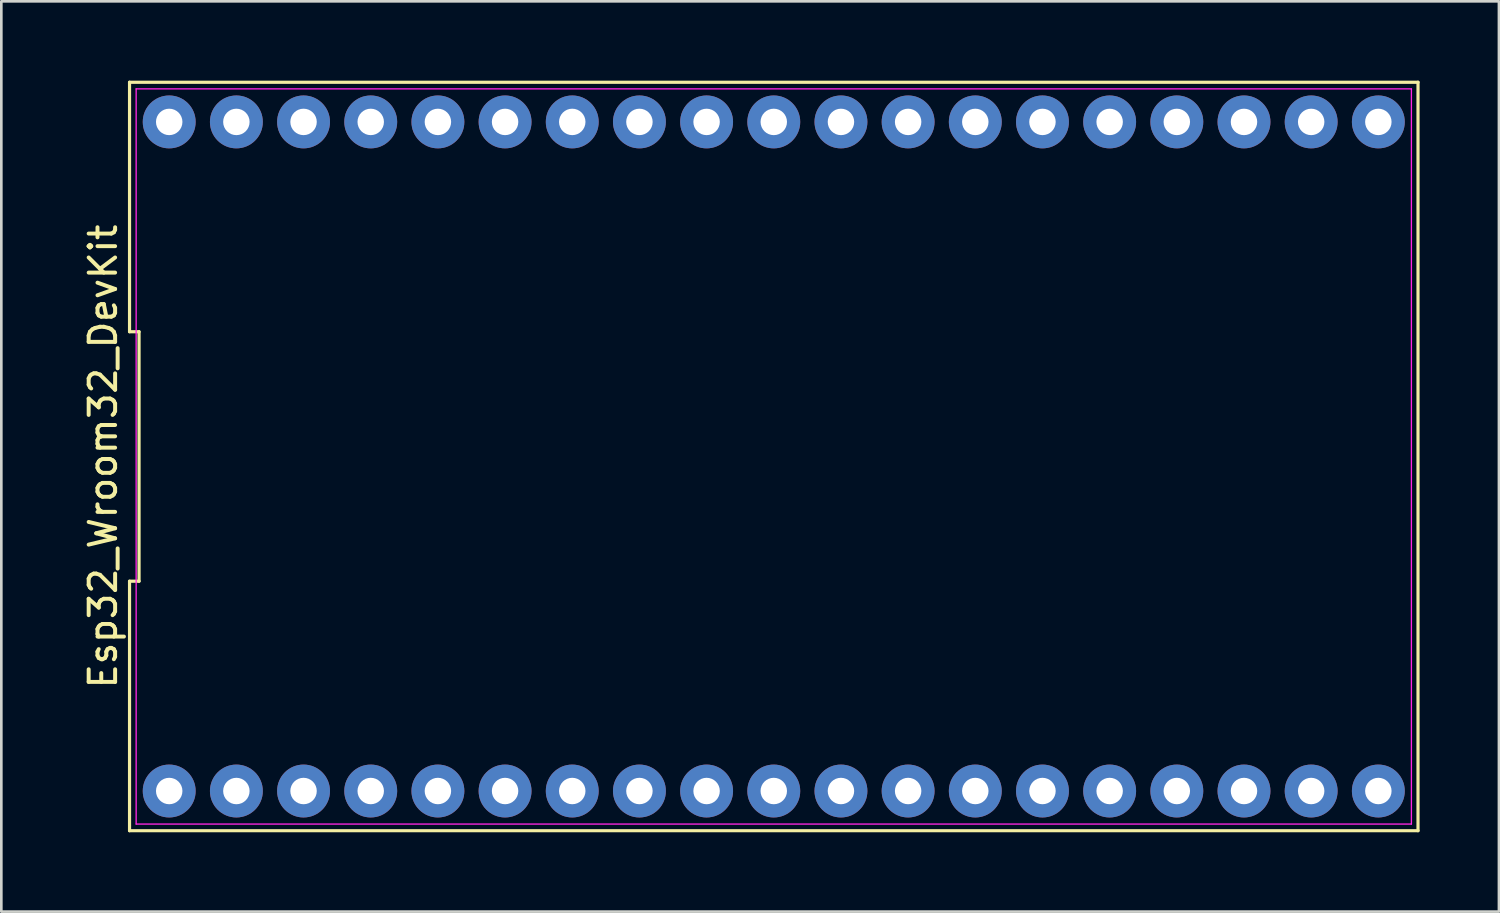
<source format=kicad_pcb>
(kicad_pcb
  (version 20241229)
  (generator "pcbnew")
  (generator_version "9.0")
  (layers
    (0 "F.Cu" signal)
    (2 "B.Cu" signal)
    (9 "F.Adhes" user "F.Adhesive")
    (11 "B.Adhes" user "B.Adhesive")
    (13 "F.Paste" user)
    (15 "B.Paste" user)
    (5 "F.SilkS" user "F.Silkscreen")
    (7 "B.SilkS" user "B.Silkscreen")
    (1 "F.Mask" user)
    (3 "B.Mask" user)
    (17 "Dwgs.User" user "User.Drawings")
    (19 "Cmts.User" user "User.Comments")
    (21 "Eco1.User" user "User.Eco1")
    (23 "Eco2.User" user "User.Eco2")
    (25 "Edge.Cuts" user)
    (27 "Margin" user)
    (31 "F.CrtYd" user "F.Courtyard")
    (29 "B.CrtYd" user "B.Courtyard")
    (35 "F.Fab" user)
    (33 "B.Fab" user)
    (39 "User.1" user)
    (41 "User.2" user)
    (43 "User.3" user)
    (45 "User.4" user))
  (footprint "Esp32_Wroom32_DevKit"
    (layer "F.Cu")
    (at 26.208 14.21)
    (property "Reference" "Esp32_Wroom32_DevKit" (at -25.36 0 90) (layer "F.SilkS") (effects (font (size 1 1) (thickness 0.15))))
    (attr through_hole)
    (fp_line (start -24.36 -14.15) (end -24.36 -4.717) (stroke (width 0.12) (type default)) (layer "F.SilkS"))
    (fp_line (start -24.36 -4.717) (end -24 -4.717) (stroke (width 0.12) (type default)) (layer "F.SilkS"))
    (fp_line (start -24.36 4.717) (end -24.36 14.15) (stroke (width 0.12) (type default)) (layer "F.SilkS"))
    (fp_line (start -24.36 14.15) (end 24.36 14.15) (stroke (width 0.12) (type default)) (layer "F.SilkS"))
    (fp_line (start -24 -4.717) (end -24 4.717) (stroke (width 0.12) (type default)) (layer "F.SilkS"))
    (fp_line (start -24 4.717) (end -24.36 4.717) (stroke (width 0.12) (type default)) (layer "F.SilkS"))
    (fp_line (start 24.36 -14.15) (end -24.36 -14.15) (stroke (width 0.12) (type default)) (layer "F.SilkS"))
    (fp_line (start 24.36 14.15) (end 24.36 -14.15) (stroke (width 0.12) (type default)) (layer "F.SilkS"))
    (fp_line (start -24.11 -13.9) (end 24.11 -13.9) (stroke (width 0.05) (type default)) (layer "F.CrtYd"))
    (fp_line (start -24.11 13.9) (end -24.11 -13.9) (stroke (width 0.05) (type default)) (layer "F.CrtYd"))
    (fp_line (start 24.11 -13.9) (end 24.11 13.9) (stroke (width 0.05) (type default)) (layer "F.CrtYd"))
    (fp_line (start 24.11 13.9) (end -24.11 13.9) (stroke (width 0.05) (type default)) (layer "F.CrtYd"))
    (pad "1" thru_hole circle (at -22.86 12.65) (size 2 2) (drill 1) (layers "*.Cu" "*.Mask"))
    (pad "2" thru_hole circle (at -20.32 12.65) (size 2 2) (drill 1) (layers "*.Cu" "*.Mask"))
    (pad "3" thru_hole circle (at -17.78 12.65) (size 2 2) (drill 1) (layers "*.Cu" "*.Mask"))
    (pad "4" thru_hole circle (at -15.24 12.65) (size 2 2) (drill 1) (layers "*.Cu" "*.Mask"))
    (pad "5" thru_hole circle (at -12.7 12.65) (size 2 2) (drill 1) (layers "*.Cu" "*.Mask"))
    (pad "6" thru_hole circle (at -10.16 12.65) (size 2 2) (drill 1) (layers "*.Cu" "*.Mask"))
    (pad "7" thru_hole circle (at -7.62 12.65) (size 2 2) (drill 1) (layers "*.Cu" "*.Mask"))
    (pad "8" thru_hole circle (at -5.08 12.65) (size 2 2) (drill 1) (layers "*.Cu" "*.Mask"))
    (pad "9" thru_hole circle (at -2.54 12.65) (size 2 2) (drill 1) (layers "*.Cu" "*.Mask"))
    (pad "10" thru_hole circle (at 0 12.65) (size 2 2) (drill 1) (layers "*.Cu" "*.Mask"))
    (pad "11" thru_hole circle (at 2.54 12.65) (size 2 2) (drill 1) (layers "*.Cu" "*.Mask"))
    (pad "12" thru_hole circle (at 5.08 12.65) (size 2 2) (drill 1) (layers "*.Cu" "*.Mask"))
    (pad "13" thru_hole circle (at 7.62 12.65) (size 2 2) (drill 1) (layers "*.Cu" "*.Mask"))
    (pad "14" thru_hole circle (at 10.16 12.65) (size 2 2) (drill 1) (layers "*.Cu" "*.Mask"))
    (pad "15" thru_hole circle (at 12.7 12.65) (size 2 2) (drill 1) (layers "*.Cu" "*.Mask"))
    (pad "16" thru_hole circle (at 15.24 12.65) (size 2 2) (drill 1) (layers "*.Cu" "*.Mask"))
    (pad "17" thru_hole circle (at 17.78 12.65) (size 2 2) (drill 1) (layers "*.Cu" "*.Mask"))
    (pad "18" thru_hole circle (at 20.32 12.65) (size 2 2) (drill 1) (layers "*.Cu" "*.Mask"))
    (pad "19" thru_hole circle (at 22.86 12.65) (size 2 2) (drill 1) (layers "*.Cu" "*.Mask"))
    (pad "20" thru_hole circle (at 22.86 -12.65) (size 2 2) (drill 1) (layers "*.Cu" "*.Mask"))
    (pad "21" thru_hole circle (at 20.32 -12.65) (size 2 2) (drill 1) (layers "*.Cu" "*.Mask"))
    (pad "22" thru_hole circle (at 17.78 -12.65) (size 2 2) (drill 1) (layers "*.Cu" "*.Mask"))
    (pad "23" thru_hole circle (at 15.24 -12.65) (size 2 2) (drill 1) (layers "*.Cu" "*.Mask"))
    (pad "24" thru_hole circle (at 12.7 -12.65) (size 2 2) (drill 1) (layers "*.Cu" "*.Mask"))
    (pad "25" thru_hole circle (at 10.16 -12.65) (size 2 2) (drill 1) (layers "*.Cu" "*.Mask"))
    (pad "26" thru_hole circle (at 7.62 -12.65) (size 2 2) (drill 1) (layers "*.Cu" "*.Mask"))
    (pad "27" thru_hole circle (at 5.08 -12.65) (size 2 2) (drill 1) (layers "*.Cu" "*.Mask"))
    (pad "28" thru_hole circle (at 2.54 -12.65) (size 2 2) (drill 1) (layers "*.Cu" "*.Mask"))
    (pad "29" thru_hole circle (at 0 -12.65) (size 2 2) (drill 1) (layers "*.Cu" "*.Mask"))
    (pad "30" thru_hole circle (at -2.54 -12.65) (size 2 2) (drill 1) (layers "*.Cu" "*.Mask"))
    (pad "31" thru_hole circle (at -5.08 -12.65) (size 2 2) (drill 1) (layers "*.Cu" "*.Mask"))
    (pad "32" thru_hole circle (at -7.62 -12.65) (size 2 2) (drill 1) (layers "*.Cu" "*.Mask"))
    (pad "33" thru_hole circle (at -10.16 -12.65) (size 2 2) (drill 1) (layers "*.Cu" "*.Mask"))
    (pad "34" thru_hole circle (at -12.7 -12.65) (size 2 2) (drill 1) (layers "*.Cu" "*.Mask"))
    (pad "35" thru_hole circle (at -15.24 -12.65) (size 2 2) (drill 1) (layers "*.Cu" "*.Mask"))
    (pad "36" thru_hole circle (at -17.78 -12.65) (size 2 2) (drill 1) (layers "*.Cu" "*.Mask"))
    (pad "37" thru_hole circle (at -20.32 -12.65) (size 2 2) (drill 1) (layers "*.Cu" "*.Mask"))
    (pad "38" thru_hole circle (at -22.86 -12.65) (size 2 2) (drill 1) (layers "*.Cu" "*.Mask")))
  (gr_rect
    (start -3 -3)
    (end 53.628 31.42)
    (stroke (width 0.1) (type default))
    (fill no)
    (layer "Edge.Cuts")))
</source>
